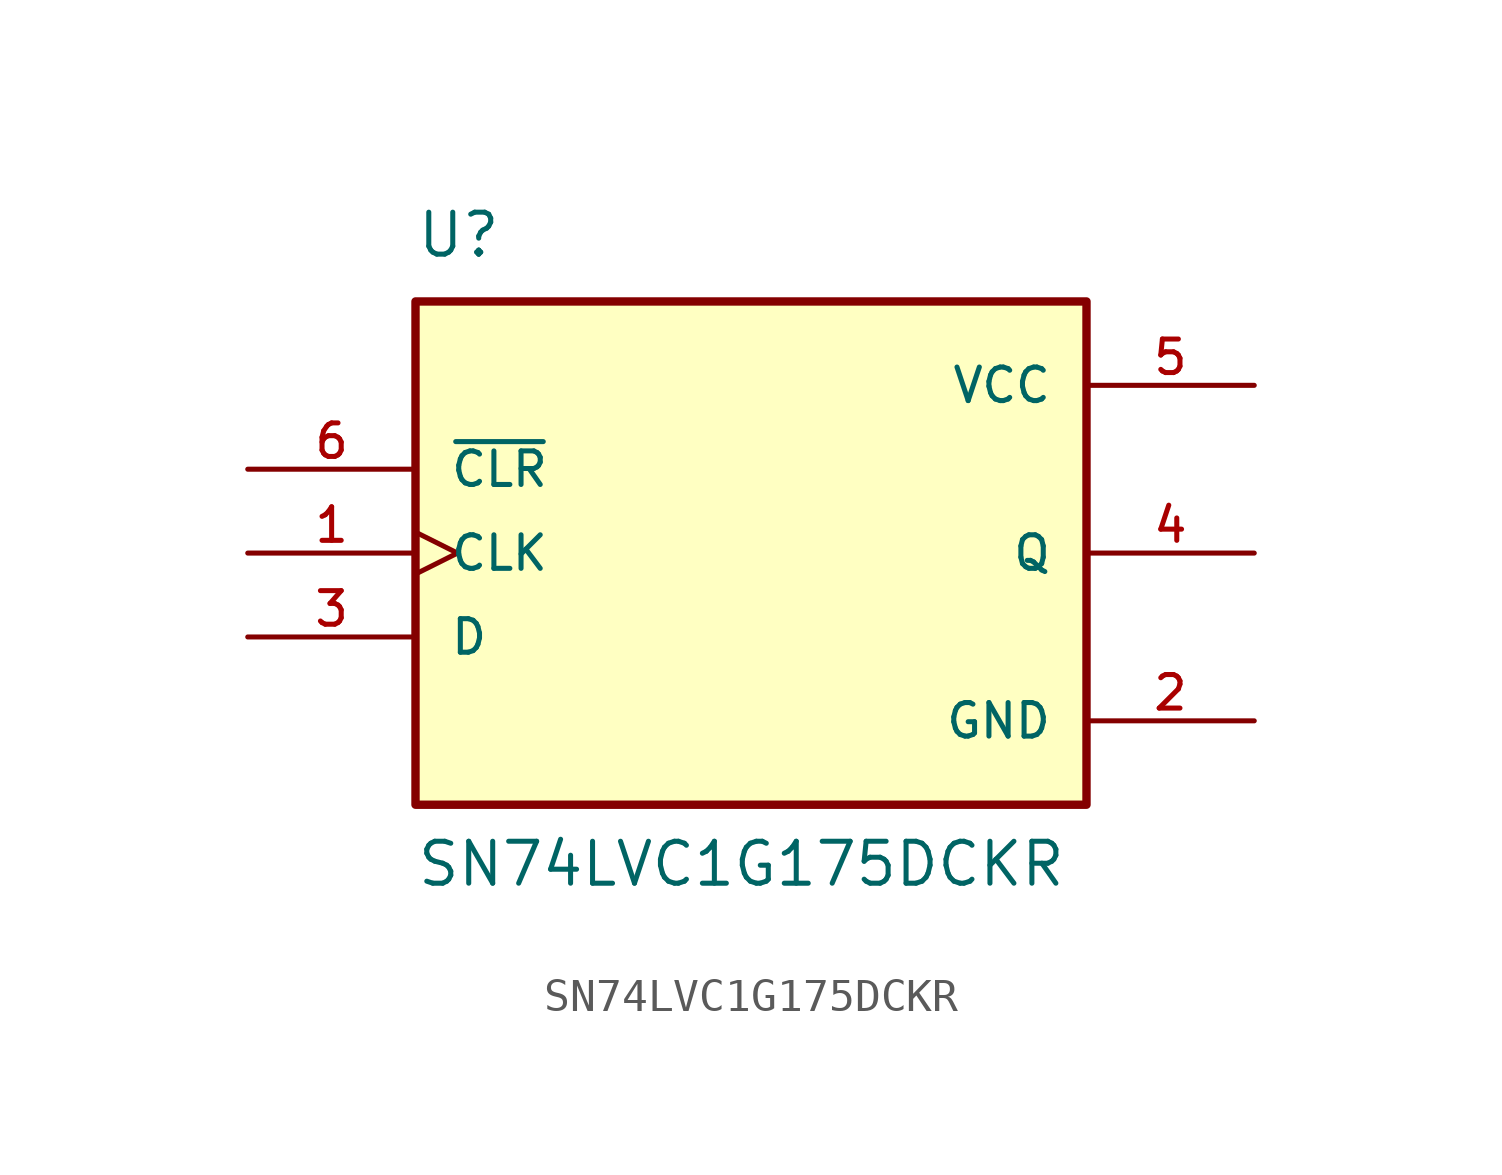
<source format=kicad_sym>
(kicad_symbol_lib
  (version 20211014)
  (generator kicad_symbol_editor)
  (symbol "SN74LVC1G175DCKR"
    (pin_names
      (offset 1.016))
    (property "Reference" "U"
      (at -10.16 8.89 0.0)
      (effects (font (size 1.27 1.27)) (justify bottom left)))
    (property "Value" "SN74LVC1G175DCKR"
      (at -10.16 -10.16 0.0)
      (effects (font (size 1.27 1.27)) (justify bottom left)))
    (symbol "SN74LVC1G175DCKR_0_0"
      (rectangle (start -10.16 -7.62) (end 10.16 7.62) (stroke (width 0.254)) (fill (type background)))
      (pin input line (at -15.24 2.54 0) (length 5.08) (name "~{CLR}" (effects (font (size 1.016 1.016)))) (number "6" (effects (font (size 1.016 1.016)))))
      (pin input clock (at -15.24 0.0 0) (length 5.08) (name "CLK" (effects (font (size 1.016 1.016)))) (number "1" (effects (font (size 1.016 1.016)))))
      (pin input line (at -15.24 -2.54 0) (length 5.08) (name "D" (effects (font (size 1.016 1.016)))) (number "3" (effects (font (size 1.016 1.016)))))
      (pin power_in line (at 15.24 -5.08 180.0) (length 5.08) (name "GND" (effects (font (size 1.016 1.016)))) (number "2" (effects (font (size 1.016 1.016)))))
      (pin power_in line (at 15.24 5.08 180.0) (length 5.08) (name "VCC" (effects (font (size 1.016 1.016)))) (number "5" (effects (font (size 1.016 1.016)))))
      (pin output line (at 15.24 0.0 180.0) (length 5.08) (name "Q" (effects (font (size 1.016 1.016)))) (number "4" (effects (font (size 1.016 1.016))))))))
</source>
